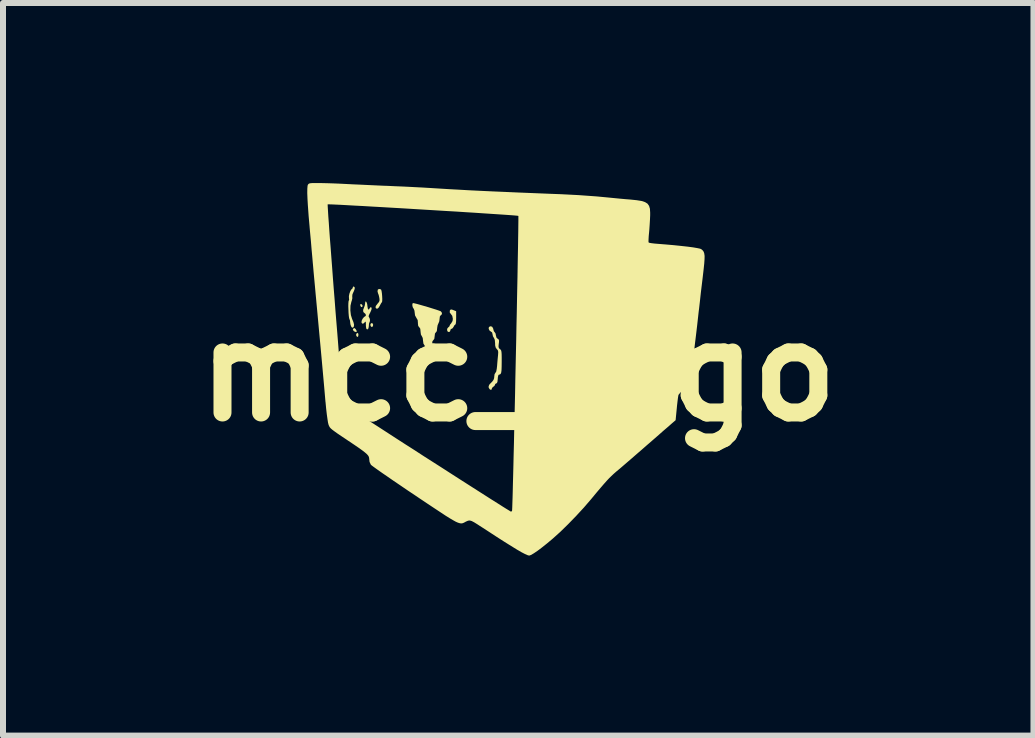
<source format=kicad_pcb>
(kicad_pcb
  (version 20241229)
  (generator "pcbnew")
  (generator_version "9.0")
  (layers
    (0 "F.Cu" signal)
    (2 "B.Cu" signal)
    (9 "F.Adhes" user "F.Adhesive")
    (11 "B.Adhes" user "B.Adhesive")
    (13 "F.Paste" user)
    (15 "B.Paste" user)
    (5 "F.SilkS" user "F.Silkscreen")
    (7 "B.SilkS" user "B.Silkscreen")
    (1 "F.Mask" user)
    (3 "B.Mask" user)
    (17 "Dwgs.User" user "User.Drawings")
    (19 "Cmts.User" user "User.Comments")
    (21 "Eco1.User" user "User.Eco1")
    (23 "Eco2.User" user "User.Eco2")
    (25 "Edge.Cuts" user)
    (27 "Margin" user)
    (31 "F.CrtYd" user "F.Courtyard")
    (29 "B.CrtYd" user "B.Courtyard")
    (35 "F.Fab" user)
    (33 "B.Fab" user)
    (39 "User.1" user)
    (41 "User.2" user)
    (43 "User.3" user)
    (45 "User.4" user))
  (footprint "mcc_logo"
    (layer "F.Cu")
    (at 5.586 3.145)
    (property "Reference" "mcc_logo" (at 0 0 0) (layer "F.SilkS") (effects (font (size 1.5 1.5) (thickness 0.3))))
    (attr board_only exclude_from_pos_files exclude_from_bom)
    (fp_poly (pts (xy -2.599 -1.113) (xy -2.594 -1.096) (xy -2.602 -1.078) (xy -2.618 -1.08) (xy -2.63 -1.097) (xy -2.634 -1.12) (xy -2.631 -1.126) (xy -2.615 -1.128)) (stroke (width 0) (type solid)) (fill yes) (layer "F.SilkS"))
    (fp_poly (pts (xy -2.667 -0.638) (xy -2.663 -0.614) (xy -2.669 -0.587) (xy -2.683 -0.58) (xy -2.698 -0.597) (xy -2.699 -0.6) (xy -2.701 -0.626) (xy -2.698 -0.634) (xy -2.681 -0.648)) (stroke (width 0) (type solid)) (fill yes) (layer "F.SilkS"))
    (fp_poly (pts (xy -2.431 -0.808) (xy -2.426 -0.804) (xy -2.418 -0.782) (xy -2.423 -0.758) (xy -2.439 -0.745) (xy -2.44 -0.745) (xy -2.455 -0.756) (xy -2.462 -0.768) (xy -2.463 -0.794) (xy -2.45 -0.81)) (stroke (width 0) (type solid)) (fill yes) (layer "F.SilkS"))
    (fp_poly (pts (xy -2.712 -0.714) (xy -2.71 -0.711) (xy -2.695 -0.686) (xy -2.69 -0.673) (xy -2.7 -0.663) (xy -2.721 -0.666) (xy -2.744 -0.681) (xy -2.746 -0.684) (xy -2.757 -0.705) (xy -2.747 -0.721) (xy -2.73 -0.729)) (stroke (width 0) (type solid)) (fill yes) (layer "F.SilkS"))
    (fp_poly (pts (xy -2.293 -1.374) (xy -2.285 -1.368) (xy -2.278 -1.346) (xy -2.272 -1.307) (xy -2.268 -1.26) (xy -2.266 -1.215) (xy -2.267 -1.179) (xy -2.271 -1.161) (xy -2.271 -1.161) (xy -2.284 -1.144) (xy -2.302 -1.111) (xy -2.307 -1.1) (xy -2.33 -1.064) (xy -2.353 -1.049) (xy -2.372 -1.059) (xy -2.378 -1.07) (xy -2.374 -1.096) (xy -2.349 -1.129) (xy -2.346 -1.133) (xy -2.32 -1.164) (xy -2.311 -1.192) (xy -2.314 -1.225) (xy -2.322 -1.265) (xy -2.332 -1.297) (xy -2.334 -1.299) (xy -2.345 -1.337) (xy -2.341 -1.367) (xy -2.322 -1.38) (xy -2.319 -1.38)) (stroke (width 0) (type solid)) (fill yes) (layer "F.SilkS"))
    (fp_poly (pts (xy -1.091 -1.032) (xy -1.08 -1.027) (xy -1.035 -1.009) (xy -1.035 -0.897) (xy -1.036 -0.841) (xy -1.041 -0.802) (xy -1.048 -0.787) (xy -1.049 -0.786) (xy -1.064 -0.775) (xy -1.076 -0.752) (xy -1.093 -0.726) (xy -1.11 -0.717) (xy -1.128 -0.706) (xy -1.131 -0.69) (xy -1.141 -0.667) (xy -1.163 -0.663) (xy -1.177 -0.671) (xy -1.187 -0.696) (xy -1.181 -0.724) (xy -1.166 -0.74) (xy -1.148 -0.756) (xy -1.145 -0.765) (xy -1.136 -0.786) (xy -1.118 -0.807) (xy -1.095 -0.846) (xy -1.09 -0.882) (xy -1.1 -0.932) (xy -1.118 -0.956) (xy -1.142 -0.988) (xy -1.14 -1.021) (xy -1.135 -1.03) (xy -1.12 -1.039)) (stroke (width 0) (type solid)) (fill yes) (layer "F.SilkS"))
    (fp_poly (pts (xy -2.727 -1.411) (xy -2.725 -1.383) (xy -2.74 -1.342) (xy -2.745 -1.332) (xy -2.763 -1.291) (xy -2.767 -1.258) (xy -2.766 -1.254) (xy -2.765 -1.225) (xy -2.774 -1.185) (xy -2.781 -1.166) (xy -2.796 -1.1) (xy -2.798 -1.022) (xy -2.789 -0.945) (xy -2.77 -0.883) (xy -2.746 -0.825) (xy -2.736 -0.785) (xy -2.739 -0.756) (xy -2.74 -0.754) (xy -2.755 -0.733) (xy -2.774 -0.74) (xy -2.786 -0.758) (xy -2.797 -0.792) (xy -2.801 -0.824) (xy -2.805 -0.857) (xy -2.813 -0.877) (xy -2.819 -0.895) (xy -2.824 -0.932) (xy -2.828 -0.982) (xy -2.83 -1.038) (xy -2.832 -1.093) (xy -2.831 -1.14) (xy -2.828 -1.174) (xy -2.824 -1.187) (xy -2.818 -1.198) (xy -2.821 -1.226) (xy -2.821 -1.228) (xy -2.822 -1.26) (xy -2.814 -1.301) (xy -2.8 -1.34) (xy -2.784 -1.369) (xy -2.771 -1.38) (xy -2.761 -1.391) (xy -2.759 -1.4) (xy -2.752 -1.419) (xy -2.745 -1.421)) (stroke (width 0) (type solid)) (fill yes) (layer "F.SilkS"))
    (fp_poly (pts (xy -2.528 -1.158) (xy -2.518 -1.13) (xy -2.514 -1.099) (xy -2.508 -1.056) (xy -2.498 -1.036) (xy -2.486 -1.041) (xy -2.478 -1.055) (xy -2.464 -1.074) (xy -2.456 -1.076) (xy -2.443 -1.066) (xy -2.446 -1.037) (xy -2.464 -0.993) (xy -2.472 -0.978) (xy -2.49 -0.941) (xy -2.493 -0.918) (xy -2.486 -0.908) (xy -2.473 -0.88) (xy -2.471 -0.846) (xy -2.48 -0.822) (xy -2.487 -0.802) (xy -2.49 -0.768) (xy -2.49 -0.762) (xy -2.496 -0.725) (xy -2.509 -0.706) (xy -2.527 -0.711) (xy -2.529 -0.713) (xy -2.535 -0.731) (xy -2.539 -0.767) (xy -2.539 -0.785) (xy -2.54 -0.822) (xy -2.544 -0.836) (xy -2.553 -0.83) (xy -2.558 -0.824) (xy -2.582 -0.803) (xy -2.601 -0.803) (xy -2.612 -0.82) (xy -2.61 -0.849) (xy -2.594 -0.883) (xy -2.593 -0.884) (xy -2.571 -0.911) (xy -2.553 -0.924) (xy -2.551 -0.924) (xy -2.54 -0.934) (xy -2.541 -0.954) (xy -2.553 -0.972) (xy -2.558 -0.974) (xy -2.582 -0.996) (xy -2.585 -1.031) (xy -2.573 -1.063) (xy -2.558 -1.103) (xy -2.552 -1.139) (xy -2.549 -1.167) (xy -2.539 -1.172)) (stroke (width 0) (type solid)) (fill yes) (layer "F.SilkS"))
    (fp_poly (pts (xy -1.732 -1.141) (xy -1.69 -1.131) (xy -1.633 -1.115) (xy -1.567 -1.096) (xy -1.498 -1.076) (xy -1.431 -1.055) (xy -1.37 -1.036) (xy -1.323 -1.02) (xy -1.294 -1.009) (xy -1.289 -1.006) (xy -1.271 -0.98) (xy -1.275 -0.955) (xy -1.29 -0.943) (xy -1.306 -0.923) (xy -1.311 -0.884) (xy -1.316 -0.842) (xy -1.329 -0.809) (xy -1.331 -0.806) (xy -1.344 -0.775) (xy -1.351 -0.733) (xy -1.352 -0.722) (xy -1.357 -0.677) (xy -1.373 -0.657) (xy -1.388 -0.637) (xy -1.393 -0.593) (xy -1.399 -0.549) (xy -1.414 -0.529) (xy -1.43 -0.509) (xy -1.435 -0.469) (xy -1.44 -0.429) (xy -1.454 -0.402) (xy -1.456 -0.4) (xy -1.47 -0.375) (xy -1.476 -0.334) (xy -1.476 -0.329) (xy -1.482 -0.291) (xy -1.497 -0.274) (xy -1.519 -0.282) (xy -1.522 -0.285) (xy -1.528 -0.304) (xy -1.531 -0.339) (xy -1.531 -0.352) (xy -1.539 -0.403) (xy -1.559 -0.435) (xy -1.58 -0.468) (xy -1.587 -0.518) (xy -1.592 -0.563) (xy -1.606 -0.592) (xy -1.607 -0.593) (xy -1.622 -0.62) (xy -1.628 -0.665) (xy -1.628 -0.67) (xy -1.633 -0.717) (xy -1.649 -0.741) (xy -1.651 -0.743) (xy -1.667 -0.763) (xy -1.672 -0.803) (xy -1.672 -0.813) (xy -1.676 -0.862) (xy -1.697 -0.897) (xy -1.697 -0.897) (xy -1.72 -0.939) (xy -1.725 -0.979) (xy -1.73 -1.019) (xy -1.742 -1.05) (xy -1.745 -1.053) (xy -1.759 -1.077) (xy -1.765 -1.108) (xy -1.764 -1.134) (xy -1.753 -1.145) (xy -1.753 -1.145)) (stroke (width 0) (type solid)) (fill yes) (layer "F.SilkS"))
    (fp_poly (pts (xy -0.434 -0.749) (xy -0.418 -0.72) (xy -0.416 -0.71) (xy -0.407 -0.677) (xy -0.392 -0.658) (xy -0.378 -0.637) (xy -0.373 -0.607) (xy -0.362 -0.567) (xy -0.344 -0.551) (xy -0.327 -0.539) (xy -0.32 -0.52) (xy -0.322 -0.486) (xy -0.325 -0.467) (xy -0.329 -0.424) (xy -0.325 -0.399) (xy -0.312 -0.383) (xy -0.305 -0.377) (xy -0.293 -0.368) (xy -0.285 -0.354) (xy -0.28 -0.332) (xy -0.277 -0.296) (xy -0.276 -0.242) (xy -0.276 -0.166) (xy -0.277 -0.084) (xy -0.279 -0.026) (xy -0.284 0.012) (xy -0.293 0.034) (xy -0.306 0.045) (xy -0.324 0.048) (xy -0.333 0.061) (xy -0.34 0.093) (xy -0.342 0.121) (xy -0.347 0.167) (xy -0.357 0.189) (xy -0.366 0.193) (xy -0.384 0.204) (xy -0.386 0.213) (xy -0.397 0.235) (xy -0.414 0.248) (xy -0.436 0.268) (xy -0.441 0.283) (xy -0.449 0.302) (xy -0.468 0.297) (xy -0.48 0.287) (xy -0.496 0.255) (xy -0.486 0.22) (xy -0.473 0.204) (xy -0.434 0.164) (xy -0.412 0.134) (xy -0.402 0.105) (xy -0.4 0.079) (xy -0.395 0.041) (xy -0.382 0.019) (xy -0.381 0.018) (xy -0.367 -0.004) (xy -0.358 -0.053) (xy -0.353 -0.097) (xy -0.348 -0.161) (xy -0.342 -0.227) (xy -0.337 -0.276) (xy -0.334 -0.322) (xy -0.337 -0.351) (xy -0.35 -0.371) (xy -0.358 -0.378) (xy -0.376 -0.403) (xy -0.385 -0.439) (xy -0.386 -0.476) (xy -0.391 -0.532) (xy -0.405 -0.564) (xy -0.407 -0.566) (xy -0.422 -0.592) (xy -0.428 -0.622) (xy -0.436 -0.656) (xy -0.455 -0.669) (xy -0.479 -0.687) (xy -0.493 -0.716) (xy -0.49 -0.742) (xy -0.486 -0.748) (xy -0.459 -0.759)) (stroke (width 0) (type solid)) (fill yes) (layer "F.SilkS"))
    (fp_poly (pts (xy -3.335 -3.145) (xy -3.268 -3.144) (xy -3.181 -3.142) (xy -3.085 -3.139) (xy -2.986 -3.135) (xy -2.925 -3.132) (xy -2.847 -3.128) (xy -2.748 -3.123) (xy -2.632 -3.118) (xy -2.506 -3.112) (xy -2.375 -3.106) (xy -2.245 -3.1) (xy -2.18 -3.098) (xy -2.055 -3.092) (xy -1.928 -3.087) (xy -1.805 -3.081) (xy -1.692 -3.075) (xy -1.592 -3.07) (xy -1.512 -3.065) (xy -1.476 -3.063) (xy -1.315 -3.053) (xy -1.152 -3.043) (xy -0.985 -3.034) (xy -0.811 -3.024) (xy -0.629 -3.015) (xy -0.433 -3.006) (xy -0.223 -2.997) (xy 0.004 -2.987) (xy 0.252 -2.977) (xy 0.523 -2.966) (xy 0.711 -2.959) (xy 1.002 -2.944) (xy 1.307 -2.922) (xy 1.497 -2.904) (xy 1.589 -2.895) (xy 1.691 -2.885) (xy 1.791 -2.876) (xy 1.867 -2.87) (xy 1.973 -2.859) (xy 2.054 -2.846) (xy 2.113 -2.827) (xy 2.154 -2.801) (xy 2.18 -2.764) (xy 2.194 -2.716) (xy 2.198 -2.652) (xy 2.198 -2.61) (xy 2.195 -2.54) (xy 2.19 -2.455) (xy 2.184 -2.369) (xy 2.18 -2.324) (xy 2.174 -2.261) (xy 2.171 -2.207) (xy 2.17 -2.17) (xy 2.172 -2.155) (xy 2.188 -2.148) (xy 2.225 -2.142) (xy 2.276 -2.136) (xy 2.3 -2.134) (xy 2.45 -2.122) (xy 2.588 -2.11) (xy 2.713 -2.097) (xy 2.822 -2.085) (xy 2.913 -2.073) (xy 2.983 -2.061) (xy 3.03 -2.051) (xy 3.049 -2.043) (xy 3.072 -2.024) (xy 3.089 -2.001) (xy 3.099 -1.972) (xy 3.105 -1.931) (xy 3.104 -1.877) (xy 3.099 -1.804) (xy 3.089 -1.709) (xy 3.082 -1.648) (xy 3.071 -1.553) (xy 3.057 -1.438) (xy 3.042 -1.313) (xy 3.028 -1.184) (xy 3.014 -1.061) (xy 3.007 -1.007) (xy 2.995 -0.899) (xy 2.983 -0.791) (xy 2.971 -0.688) (xy 2.96 -0.596) (xy 2.951 -0.522) (xy 2.946 -0.483) (xy 2.937 -0.405) (xy 2.926 -0.311) (xy 2.914 -0.215) (xy 2.905 -0.131) (xy 2.896 -0.057) (xy 2.888 0.01) (xy 2.882 0.064) (xy 2.877 0.099) (xy 2.876 0.104) (xy 2.863 0.137) (xy 2.833 0.184) (xy 2.789 0.241) (xy 2.774 0.259) (xy 2.734 0.307) (xy 2.701 0.347) (xy 2.678 0.375) (xy 2.67 0.385) (xy 2.666 0.403) (xy 2.66 0.443) (xy 2.653 0.5) (xy 2.645 0.569) (xy 2.642 0.603) (xy 2.622 0.807) (xy 2.55 0.869) (xy 2.522 0.894) (xy 2.476 0.934) (xy 2.415 0.986) (xy 2.344 1.049) (xy 2.265 1.118) (xy 2.181 1.191) (xy 2.146 1.221) (xy 2.057 1.299) (xy 1.968 1.376) (xy 1.883 1.45) (xy 1.805 1.517) (xy 1.739 1.574) (xy 1.689 1.617) (xy 1.679 1.625) (xy 1.631 1.665) (xy 1.59 1.701) (xy 1.552 1.737) (xy 1.513 1.775) (xy 1.472 1.819) (xy 1.425 1.872) (xy 1.37 1.936) (xy 1.303 2.015) (xy 1.222 2.113) (xy 1.212 2.125) (xy 1.093 2.263) (xy 0.964 2.403) (xy 0.832 2.539) (xy 0.702 2.666) (xy 0.58 2.776) (xy 0.566 2.788) (xy 0.475 2.864) (xy 0.392 2.93) (xy 0.319 2.985) (xy 0.258 3.026) (xy 0.211 3.053) (xy 0.182 3.063) (xy 0.181 3.063) (xy 0.155 3.056) (xy 0.112 3.037) (xy 0.056 3.008) (xy -0.006 2.972) (xy -0.007 2.972) (xy -0.072 2.932) (xy -0.151 2.883) (xy -0.239 2.828) (xy -0.325 2.773) (xy -0.373 2.742) (xy -0.448 2.693) (xy -0.523 2.644) (xy -0.591 2.6) (xy -0.646 2.565) (xy -0.676 2.545) (xy -0.734 2.509) (xy -0.776 2.487) (xy -0.808 2.478) (xy -0.836 2.481) (xy -0.866 2.494) (xy -0.875 2.498) (xy -0.896 2.51) (xy -0.915 2.519) (xy -0.933 2.525) (xy -0.953 2.527) (xy -0.977 2.523) (xy -1.006 2.514) (xy -1.042 2.498) (xy -1.087 2.473) (xy -1.143 2.44) (xy -1.212 2.397) (xy -1.295 2.342) (xy -1.395 2.276) (xy -1.514 2.197) (xy -1.653 2.104) (xy -1.721 2.058) (xy -1.847 1.974) (xy -1.967 1.892) (xy -2.078 1.817) (xy -2.179 1.747) (xy -2.268 1.686) (xy -2.342 1.634) (xy -2.399 1.593) (xy -2.437 1.565) (xy -2.455 1.55) (xy -2.456 1.549) (xy -2.478 1.502) (xy -2.483 1.459) (xy -2.485 1.437) (xy -2.49 1.417) (xy -2.502 1.396) (xy -2.522 1.373) (xy -2.554 1.345) (xy -2.599 1.31) (xy -2.659 1.267) (xy -2.738 1.213) (xy -2.837 1.147) (xy -2.86 1.131) (xy -2.947 1.073) (xy -3.015 1.027) (xy -3.065 0.991) (xy -3.101 0.964) (xy -3.126 0.942) (xy -3.142 0.923) (xy -3.152 0.904) (xy -3.161 0.884) (xy -3.161 0.883) (xy -3.17 0.848) (xy -3.179 0.79) (xy -3.19 0.712) (xy -3.201 0.617) (xy -3.211 0.51) (xy -3.213 0.497) (xy -3.234 0.254) (xy -3.255 0.02) (xy -3.275 -0.201) (xy -3.294 -0.409) (xy -3.312 -0.601) (xy -3.328 -0.774) (xy -3.342 -0.927) (xy -3.354 -1.057) (xy -3.364 -1.163) (xy -3.366 -1.187) (xy -3.376 -1.291) (xy -3.387 -1.413) (xy -3.399 -1.542) (xy -3.411 -1.67) (xy -3.421 -1.787) (xy -3.422 -1.794) (xy -3.432 -1.91) (xy -3.444 -2.04) (xy -3.455 -2.174) (xy -3.467 -2.301) (xy -3.477 -2.411) (xy -3.477 -2.414) (xy -3.493 -2.594) (xy -3.504 -2.748) (xy -3.506 -2.775) (xy -3.176 -2.775) (xy -3.174 -2.735) (xy -3.17 -2.671) (xy -3.165 -2.586) (xy -3.157 -2.482) (xy -3.149 -2.361) (xy -3.139 -2.224) (xy -3.127 -2.074) (xy -3.115 -1.914) (xy -3.102 -1.744) (xy -3.089 -1.567) (xy -3.075 -1.385) (xy -3.06 -1.201) (xy -3.046 -1.015) (xy -3.031 -0.831) (xy -3.016 -0.65) (xy -3.002 -0.474) (xy -2.989 -0.306) (xy -2.976 -0.148) (xy -2.963 -0.000314) (xy -2.952 0.133) (xy -2.942 0.251) (xy -2.933 0.352) (xy -2.926 0.433) (xy -2.92 0.492) (xy -2.916 0.527) (xy -2.914 0.536) (xy -2.902 0.545) (xy -2.868 0.569) (xy -2.814 0.604) (xy -2.742 0.651) (xy -2.654 0.709) (xy -2.551 0.776) (xy -2.436 0.85) (xy -2.309 0.932) (xy -2.173 1.02) (xy -2.03 1.113) (xy -1.881 1.209) (xy -1.727 1.307) (xy -1.572 1.408) (xy -1.415 1.508) (xy -1.26 1.607) (xy -1.108 1.705) (xy -0.96 1.8) (xy -0.819 1.89) (xy -0.686 1.975) (xy -0.562 2.054) (xy -0.451 2.125) (xy -0.352 2.187) (xy -0.269 2.24) (xy -0.202 2.282) (xy -0.154 2.311) (xy -0.127 2.328) (xy -0.12 2.331) (xy -0.106 2.321) (xy -0.103 2.314) (xy -0.102 2.298) (xy -0.1 2.256) (xy -0.098 2.19) (xy -0.095 2.101) (xy -0.092 1.992) (xy -0.089 1.864) (xy -0.085 1.718) (xy -0.081 1.557) (xy -0.077 1.382) (xy -0.072 1.194) (xy -0.068 0.997) (xy -0.063 0.79) (xy -0.058 0.576) (xy -0.053 0.357) (xy -0.049 0.134) (xy -0.044 -0.092) (xy -0.039 -0.317) (xy -0.034 -0.541) (xy -0.03 -0.763) (xy -0.025 -0.979) (xy -0.021 -1.189) (xy -0.017 -1.391) (xy -0.013 -1.583) (xy -0.01 -1.764) (xy -0.007 -1.932) (xy -0.004 -2.084) (xy -0.002 -2.22) (xy -0.000045 -2.338) (xy 0.001 -2.436) (xy 0.002 -2.513) (xy 0.002 -2.565) (xy 0.002 -2.593) (xy 0.002 -2.597) (xy -0.013 -2.6) (xy -0.054 -2.604) (xy -0.117 -2.609) (xy -0.202 -2.615) (xy -0.306 -2.622) (xy -0.427 -2.63) (xy -0.563 -2.639) (xy -0.712 -2.649) (xy -0.871 -2.659) (xy -1.039 -2.67) (xy -1.214 -2.68) (xy -1.393 -2.691) (xy -1.574 -2.702) (xy -1.755 -2.713) (xy -1.934 -2.724) (xy -2.109 -2.734) (xy -2.278 -2.744) (xy -2.439 -2.753) (xy -2.59 -2.762) (xy -2.728 -2.769) (xy -2.851 -2.776) (xy -2.958 -2.782) (xy -3.046 -2.786) (xy -3.113 -2.789) (xy -3.157 -2.79) (xy -3.175 -2.79) (xy -3.176 -2.789) (xy -3.176 -2.775) (xy -3.506 -2.775) (xy -3.512 -2.876) (xy -3.516 -2.977) (xy -3.515 -3.051) (xy -3.511 -3.099) (xy -3.506 -3.115) (xy -3.497 -3.128) (xy -3.484 -3.137) (xy -3.462 -3.142) (xy -3.424 -3.145) (xy -3.367 -3.145)) (stroke (width 0) (type solid)) (fill yes) (layer "F.SilkS")))
  (gr_rect
    (start -3 -3)
    (end 14.171 9.208)
    (stroke (width 0.1) (type default))
    (fill no)
    (layer "Edge.Cuts")))
</source>
